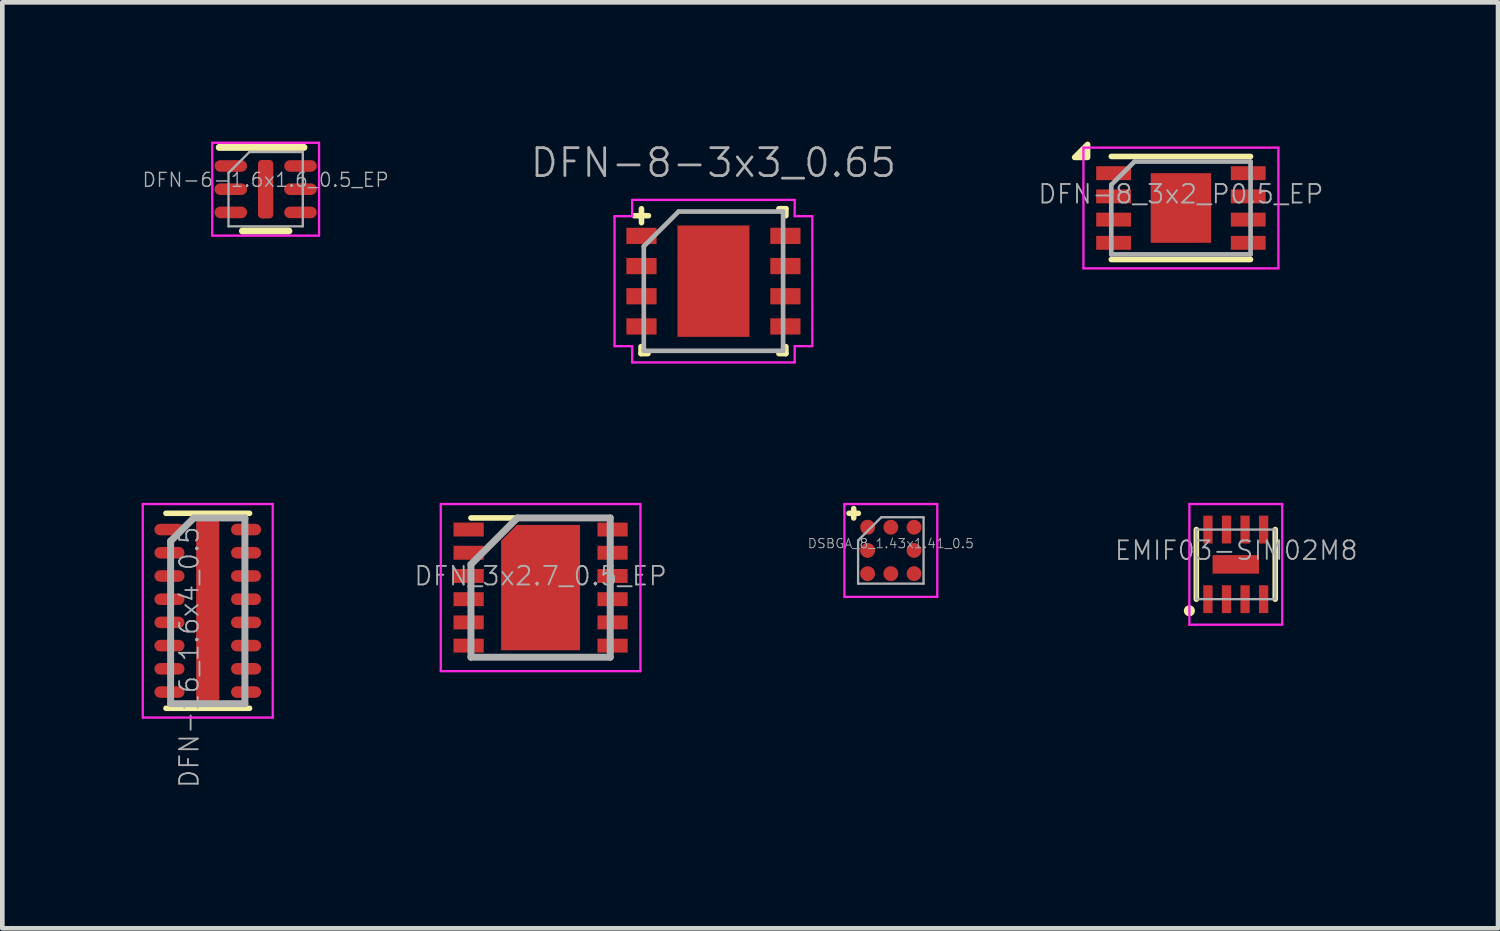
<source format=kicad_pcb>
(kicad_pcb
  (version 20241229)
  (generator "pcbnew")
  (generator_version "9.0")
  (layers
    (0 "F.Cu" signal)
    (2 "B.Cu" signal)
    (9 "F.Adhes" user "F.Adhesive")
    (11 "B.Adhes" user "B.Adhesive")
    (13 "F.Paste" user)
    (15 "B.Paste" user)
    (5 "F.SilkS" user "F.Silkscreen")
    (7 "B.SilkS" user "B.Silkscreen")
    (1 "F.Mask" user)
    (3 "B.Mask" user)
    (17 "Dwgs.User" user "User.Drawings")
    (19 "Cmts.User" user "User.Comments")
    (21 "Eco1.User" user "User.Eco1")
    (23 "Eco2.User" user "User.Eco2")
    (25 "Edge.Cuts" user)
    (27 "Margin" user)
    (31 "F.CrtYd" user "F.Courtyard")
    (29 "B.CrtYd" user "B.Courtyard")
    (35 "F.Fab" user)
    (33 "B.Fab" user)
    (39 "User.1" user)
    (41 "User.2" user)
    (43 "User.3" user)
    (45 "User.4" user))
  (footprint "DSBGA_8_1.43x1.41_0.5"
    (layer "F.Cu")
    (at 16.138 8.806)
    (property "Reference" "DSBGA_8_1.43x1.41_0.5" (at 0 -0.15 0) (unlocked yes) (layer "F.Fab") (effects (font (size 0.2 0.2) (thickness 0.02))))
    (attr smd)
    (fp_line (start -0.8 -0.9) (end -0.8 -0.7) (stroke (width 0.12) (type solid)) (layer "F.SilkS"))
    (fp_line (start -0.7 -0.8) (end -0.9 -0.8) (stroke (width 0.12) (type solid)) (layer "F.SilkS"))
    (fp_line (start -1 -1) (end -1 1) (stroke (width 0.05) (type solid)) (layer "F.CrtYd"))
    (fp_line (start -1 1) (end 1 1) (stroke (width 0.05) (type solid)) (layer "F.CrtYd"))
    (fp_line (start 1 -1) (end -1 -1) (stroke (width 0.05) (type solid)) (layer "F.CrtYd"))
    (fp_line (start 1 1) (end 1 -1) (stroke (width 0.05) (type solid)) (layer "F.CrtYd"))
    (fp_line (start -0.705 -0.215) (end -0.705 0.715) (stroke (width 0.05) (type solid)) (layer "F.Fab"))
    (fp_line (start -0.705 -0.215) (end -0.205 -0.715) (stroke (width 0.05) (type solid)) (layer "F.Fab"))
    (fp_line (start -0.705 0.715) (end 0.705 0.715) (stroke (width 0.05) (type solid)) (layer "F.Fab"))
    (fp_line (start 0.705 -0.715) (end -0.205 -0.715) (stroke (width 0.05) (type solid)) (layer "F.Fab"))
    (fp_line (start 0.705 0.715) (end 0.705 -0.715) (stroke (width 0.05) (type solid)) (layer "F.Fab"))
    (pad "" smd rect (at -0.5 -0.5) (size 0.3 0.3) (layers "F.Paste"))
    (pad "" smd rect (at -0.5 0) (size 0.3 0.3) (layers "F.Paste"))
    (pad "" smd rect (at -0.5 0.5) (size 0.3 0.3) (layers "F.Paste"))
    (pad "" smd rect (at 0 -0.5) (size 0.3 0.3) (layers "F.Paste"))
    (pad "" smd rect (at 0 0.5) (size 0.3 0.3) (layers "F.Paste"))
    (pad "" smd rect (at 0.5 -0.5) (size 0.3 0.3) (layers "F.Paste"))
    (pad "" smd rect (at 0.5 0) (size 0.3 0.3) (layers "F.Paste"))
    (pad "" smd rect (at 0.5 0.5) (size 0.3 0.3) (layers "F.Paste"))
    (pad "A1" smd circle (at -0.5 -0.5) (size 0.32 0.32) (layers "F.Cu" "F.Mask"))
    (pad "A2" smd circle (at 0 -0.5) (size 0.32 0.32) (layers "F.Cu" "F.Mask"))
    (pad "A3" smd circle (at 0.5 -0.5) (size 0.32 0.32) (layers "F.Cu" "F.Mask"))
    (pad "B1" smd circle (at -0.5 0) (size 0.32 0.32) (layers "F.Cu" "F.Mask"))
    (pad "B3" smd circle (at 0.5 0) (size 0.32 0.32) (layers "F.Cu" "F.Mask" "F.Paste"))
    (pad "C1" smd circle (at -0.5 0.5) (size 0.32 0.32) (layers "F.Cu" "F.Mask"))
    (pad "C2" smd circle (at 0 0.5) (size 0.32 0.32) (layers "F.Cu" "F.Mask"))
    (pad "C3" smd circle (at 0.5 0.5) (size 0.32 0.32) (layers "F.Cu" "F.Mask")))
  (footprint "DFN-8_3x2_P0.5_EP"
    (layer "F.Cu")
    (at 22.386 1.43)
    (property "Reference" "DFN-8_3x2_P0.5_EP" (at 0 -0.3 0) (layer "F.Fab") (effects (font (size 0.4 0.4) (thickness 0.04))))
    (attr smd)
    (fp_line (start -1.5 -1.11) (end 1.5 -1.11) (stroke (width 0.12) (type solid)) (layer "F.SilkS"))
    (fp_line (start -1.5 1.11) (end 1.5 1.11) (stroke (width 0.12) (type solid)) (layer "F.SilkS"))
    (fp_poly (pts (xy -2.01 -1.09) (xy -2.29 -1.09) (xy -2.01 -1.37) (xy -2.01 -1.09)) (stroke (width 0.12) (type solid)) (fill yes) (layer "F.SilkS"))
    (fp_line (start -2.1 -1.3) (end -2.1 1.3) (stroke (width 0.05) (type solid)) (layer "F.CrtYd"))
    (fp_line (start -2.1 -1.3) (end 2.1 -1.3) (stroke (width 0.05) (type solid)) (layer "F.CrtYd"))
    (fp_line (start -2.1 1.3) (end 2.1 1.3) (stroke (width 0.05) (type solid)) (layer "F.CrtYd"))
    (fp_line (start 2.1 -1.3) (end 2.1 1.3) (stroke (width 0.05) (type solid)) (layer "F.CrtYd"))
    (fp_line (start -1.5 -0.5) (end -1 -1) (stroke (width 0.1) (type solid)) (layer "F.Fab"))
    (fp_line (start -1.5 1) (end -1.5 -0.5) (stroke (width 0.1) (type solid)) (layer "F.Fab"))
    (fp_line (start -1 -1) (end 1.5 -1) (stroke (width 0.1) (type solid)) (layer "F.Fab"))
    (fp_line (start 1.5 -1) (end 1.5 1) (stroke (width 0.1) (type solid)) (layer "F.Fab"))
    (fp_line (start 1.5 1) (end -1.5 1) (stroke (width 0.1) (type solid)) (layer "F.Fab"))
    (pad "" smd rect (at -0.325 -0.375) (size 0.5 0.6) (layers "F.Paste"))
    (pad "" smd rect (at -0.325 0.375) (size 0.5 0.6) (layers "F.Paste"))
    (pad "" smd rect (at 0.325 -0.375) (size 0.5 0.6) (layers "F.Paste"))
    (pad "" smd rect (at 0.325 0.375) (size 0.5 0.6) (layers "F.Paste"))
    (pad "1" smd rect (at -1.45 -0.75) (size 0.75 0.3) (layers "F.Cu" "F.Mask" "F.Paste"))
    (pad "2" smd rect (at -1.45 -0.25) (size 0.75 0.3) (layers "F.Cu" "F.Mask" "F.Paste"))
    (pad "3" smd rect (at -1.45 0.25) (size 0.75 0.3) (layers "F.Cu" "F.Mask" "F.Paste"))
    (pad "4" smd rect (at -1.45 0.75) (size 0.75 0.3) (layers "F.Cu" "F.Mask" "F.Paste"))
    (pad "5" smd rect (at 1.45 0.75) (size 0.75 0.3) (layers "F.Cu" "F.Mask" "F.Paste"))
    (pad "6" smd rect (at 1.45 0.25) (size 0.75 0.3) (layers "F.Cu" "F.Mask" "F.Paste"))
    (pad "7" smd rect (at 1.45 -0.25) (size 0.75 0.3) (layers "F.Cu" "F.Mask" "F.Paste"))
    (pad "8" smd rect (at 1.45 -0.75) (size 0.75 0.3) (layers "F.Cu" "F.Mask" "F.Paste"))
    (pad "9" smd rect (at 0 0) (size 1.3 1.5) (layers "F.Cu" "F.Mask")))
  (footprint "EMIF03-SIM02M8"
    (layer "F.Cu")
    (at 23.568 9.106)
    (property "Reference" "EMIF03-SIM02M8" (at 0.01 -0.3 0) (unlocked yes) (layer "F.Fab") (effects (font (size 0.4 0.4) (thickness 0.04))))
    (attr smd)
    (fp_line (start -0.85 0.75) (end -0.85 -0.75) (stroke (width 0.12) (type default)) (layer "F.SilkS"))
    (fp_line (start 0.85 -0.75) (end 0.85 0.75) (stroke (width 0.12) (type default)) (layer "F.SilkS"))
    (fp_circle (center -1 1) (end -0.98 1) (stroke (width 0.1) (type default)) (fill no) (layer "F.SilkS"))
    (fp_line (start -1 -1.3) (end 1 -1.3) (stroke (width 0.05) (type default)) (layer "F.CrtYd"))
    (fp_line (start -1 1.3) (end -1 -1.3) (stroke (width 0.05) (type default)) (layer "F.CrtYd"))
    (fp_line (start 1 -1.3) (end 1 1.3) (stroke (width 0.05) (type default)) (layer "F.CrtYd"))
    (fp_line (start 1 1.3) (end -1 1.3) (stroke (width 0.05) (type default)) (layer "F.CrtYd"))
    (fp_line (start -0.85 -0.75) (end 0.85 -0.75) (stroke (width 0.05) (type default)) (layer "F.Fab"))
    (fp_line (start -0.85 0.75) (end -0.85 -0.75) (stroke (width 0.05) (type default)) (layer "F.Fab"))
    (fp_line (start 0.85 -0.75) (end 0.85 0.75) (stroke (width 0.05) (type default)) (layer "F.Fab"))
    (fp_line (start 0.85 0.75) (end -0.85 0.75) (stroke (width 0.05) (type default)) (layer "F.Fab"))
    (pad "1" smd rect (at -0.6 0.75 90) (size 0.6 0.2) (layers "F.Cu" "F.Mask" "F.Paste"))
    (pad "2" smd rect (at -0.2 0.75 90) (size 0.6 0.2) (layers "F.Cu" "F.Mask" "F.Paste"))
    (pad "3" smd rect (at 0.2 0.75 90) (size 0.6 0.2) (layers "F.Cu" "F.Mask" "F.Paste"))
    (pad "4" smd rect (at 0.6 0.75 90) (size 0.6 0.2) (layers "F.Cu" "F.Mask" "F.Paste"))
    (pad "5" smd rect (at 0.6 -0.75 90) (size 0.6 0.2) (layers "F.Cu" "F.Mask" "F.Paste"))
    (pad "6" smd rect (at 0.2 -0.75 90) (size 0.6 0.2) (layers "F.Cu" "F.Mask" "F.Paste"))
    (pad "7" smd rect (at -0.2 -0.75 90) (size 0.6 0.2) (layers "F.Cu" "F.Mask" "F.Paste"))
    (pad "8" smd rect (at -0.6 -0.75 90) (size 0.6 0.2) (layers "F.Cu" "F.Mask" "F.Paste"))
    (pad "9" smd rect (at 0 0 180) (size 1 0.4) (layers "F.Cu" "F.Mask" "F.Paste")))
  (footprint "DFN_3x2.7_0.5_EP"
    (layer "F.Cu")
    (at 8.594 9.606)
    (property "Reference" "DFN_3x2.7_0.5_EP" (at 0 -0.25 0) (layer "F.Fab") (effects (font (size 0.4 0.4) (thickness 0.04))))
    (attr smd)
    (fp_line (start -1.5 -1.5) (end 0 -1.5) (stroke (width 0.12) (type default)) (layer "F.SilkS"))
    (fp_line (start -1.5 1.5) (end 0 1.5) (stroke (width 0.12) (type default)) (layer "F.SilkS"))
    (fp_line (start 1.5 -1.5) (end 0 -1.5) (stroke (width 0.12) (type default)) (layer "F.SilkS"))
    (fp_line (start 1.5 1.5) (end 0 1.5) (stroke (width 0.12) (type default)) (layer "F.SilkS"))
    (fp_line (start -2.15 -1.8) (end -2.15 1.8) (stroke (width 0.05) (type solid)) (layer "F.CrtYd"))
    (fp_line (start -2.15 -1.8) (end 2.15 -1.8) (stroke (width 0.05) (type solid)) (layer "F.CrtYd"))
    (fp_line (start -2.15 1.8) (end 2.15 1.8) (stroke (width 0.05) (type solid)) (layer "F.CrtYd"))
    (fp_line (start 2.15 -1.8) (end 2.15 1.8) (stroke (width 0.05) (type solid)) (layer "F.CrtYd"))
    (fp_line (start -1.5 -0.5) (end -0.5 -1.5) (stroke (width 0.15) (type solid)) (layer "F.Fab"))
    (fp_line (start -1.5 1.5) (end -1.5 -0.5) (stroke (width 0.15) (type solid)) (layer "F.Fab"))
    (fp_line (start -0.5 -1.5) (end 1.5 -1.5) (stroke (width 0.15) (type solid)) (layer "F.Fab"))
    (fp_line (start 1.5 -1.5) (end 1.5 1.5) (stroke (width 0.15) (type solid)) (layer "F.Fab"))
    (fp_line (start 1.5 1.5) (end -1.5 1.5) (stroke (width 0.15) (type solid)) (layer "F.Fab"))
    (pad "" smd roundrect (at -0.4 -0.6) (size 0.6 1) (layers "F.Paste") (roundrect_rratio 0.25) (chamfer_ratio 0.4) (chamfer top_left))
    (pad "" smd roundrect (at -0.4 0.6) (size 0.6 1) (layers "F.Paste") (roundrect_rratio 0.25))
    (pad "" smd roundrect (at 0.4 -0.6) (size 0.6 1) (layers "F.Paste") (roundrect_rratio 0.25))
    (pad "" smd roundrect (at 0.4 0.6) (size 0.6 1) (layers "F.Paste") (roundrect_rratio 0.25))
    (pad "1" smd rect (at -1.55 -1.25) (size 0.65 0.3) (layers "F.Cu" "F.Mask" "F.Paste"))
    (pad "2" smd rect (at -1.55 -0.75) (size 0.65 0.3) (layers "F.Cu" "F.Mask" "F.Paste"))
    (pad "3" smd rect (at -1.55 -0.25) (size 0.65 0.3) (layers "F.Cu" "F.Mask" "F.Paste"))
    (pad "4" smd rect (at -1.55 0.25) (size 0.65 0.3) (layers "F.Cu" "F.Mask" "F.Paste"))
    (pad "5" smd rect (at -1.55 0.75) (size 0.65 0.3) (layers "F.Cu" "F.Mask" "F.Paste"))
    (pad "6" smd rect (at -1.55 1.25) (size 0.65 0.3) (layers "F.Cu" "F.Mask" "F.Paste"))
    (pad "7" smd rect (at 1.55 1.25) (size 0.65 0.3) (layers "F.Cu" "F.Mask" "F.Paste"))
    (pad "8" smd rect (at 1.55 0.75) (size 0.65 0.3) (layers "F.Cu" "F.Mask" "F.Paste"))
    (pad "9" smd rect (at 1.55 0.25) (size 0.65 0.3) (layers "F.Cu" "F.Mask" "F.Paste"))
    (pad "10" smd roundrect (at 0 0) (size 1.7 2.7) (layers "F.Cu" "F.Mask") (roundrect_rratio 0) (chamfer_ratio 0.2) (chamfer top_left))
    (pad "10" smd rect (at 1.55 -0.25) (size 0.65 0.3) (layers "F.Cu" "F.Mask" "F.Paste"))
    (pad "11" smd rect (at 1.55 -0.75) (size 0.65 0.3) (layers "F.Cu" "F.Mask" "F.Paste"))
    (pad "12" smd rect (at 1.55 -1.25) (size 0.65 0.3) (layers "F.Cu" "F.Mask" "F.Paste")))
  (footprint "DFN-6-1.6x1.6_0.5_EP"
    (layer "F.Cu")
    (at 2.672 1.025)
    (property "Reference" "DFN-6-1.6x1.6_0.5_EP" (at 0 -0.2 0) (layer "F.Fab") (effects (font (size 0.3 0.3) (thickness 0.03))))
    (attr smd)
    (fp_line (start -1 -0.9) (end 0.825 -0.9) (stroke (width 0.15) (type solid)) (layer "F.SilkS"))
    (fp_line (start -0.5 0.9) (end 0.5 0.9) (stroke (width 0.15) (type solid)) (layer "F.SilkS"))
    (fp_line (start -1.15 -1) (end -1.15 1) (stroke (width 0.05) (type solid)) (layer "F.CrtYd"))
    (fp_line (start -1.15 -1) (end 1.15 -1) (stroke (width 0.05) (type solid)) (layer "F.CrtYd"))
    (fp_line (start -1.15 1) (end 1.15 1) (stroke (width 0.05) (type solid)) (layer "F.CrtYd"))
    (fp_line (start 1.15 -1) (end 1.15 1) (stroke (width 0.05) (type solid)) (layer "F.CrtYd"))
    (fp_line (start -0.8 -0.35) (end -0.35 -0.8) (stroke (width 0.05) (type solid)) (layer "F.Fab"))
    (fp_line (start -0.8 0.8) (end -0.8 -0.35) (stroke (width 0.05) (type solid)) (layer "F.Fab"))
    (fp_line (start -0.35 -0.8) (end 0.8 -0.8) (stroke (width 0.05) (type solid)) (layer "F.Fab"))
    (fp_line (start 0.8 -0.8) (end 0.8 0.8) (stroke (width 0.05) (type solid)) (layer "F.Fab"))
    (fp_line (start 0.8 0.8) (end -0.8 0.8) (stroke (width 0.05) (type solid)) (layer "F.Fab"))
    (pad "1" smd oval (at -0.75 -0.5) (size 0.7 0.25) (layers "F.Cu" "F.Mask" "F.Paste"))
    (pad "2" smd oval (at -0.75 0) (size 0.7 0.25) (layers "F.Cu" "F.Mask" "F.Paste"))
    (pad "3" smd oval (at -0.75 0.5) (size 0.7 0.25) (layers "F.Cu" "F.Mask" "F.Paste"))
    (pad "4" smd oval (at 0.75 0.5) (size 0.7 0.25) (layers "F.Cu" "F.Mask" "F.Paste"))
    (pad "5" smd oval (at 0.75 0) (size 0.7 0.25) (layers "F.Cu" "F.Mask" "F.Paste"))
    (pad "6" smd oval (at 0.75 -0.5) (size 0.7 0.25) (layers "F.Cu" "F.Mask" "F.Paste"))
    (pad "7" smd roundrect (at 0 0) (size 0.33 1.26) (layers "F.Cu" "F.Mask" "F.Paste") (roundrect_rratio 0.25)))
  (footprint "DFN-16_1.6x4_0.5"
    (layer "F.Cu")
    (at 1.425 10.106)
    (property "Reference" "DFN-16_1.6x4_0.5" (at -0.4 1 90) (layer "F.Fab") (effects (font (size 0.4 0.4) (thickness 0.04))))
    (attr smd)
    (fp_line (start -0.9 -2.1) (end 0.9 -2.1) (stroke (width 0.12) (type default)) (layer "F.SilkS"))
    (fp_line (start 0.9 2.1) (end -0.9 2.1) (stroke (width 0.12) (type default)) (layer "F.SilkS"))
    (fp_line (start -1.4 -2.3) (end -1.4 2.3) (stroke (width 0.05) (type solid)) (layer "F.CrtYd"))
    (fp_line (start -1.4 -2.3) (end 1.4 -2.3) (stroke (width 0.05) (type solid)) (layer "F.CrtYd"))
    (fp_line (start -1.4 2.3) (end 1.4 2.3) (stroke (width 0.05) (type solid)) (layer "F.CrtYd"))
    (fp_line (start 1.4 -2.3) (end 1.4 2.3) (stroke (width 0.05) (type solid)) (layer "F.CrtYd"))
    (fp_line (start -0.8 -1.5) (end -0.3 -2) (stroke (width 0.15) (type solid)) (layer "F.Fab"))
    (fp_line (start -0.8 2) (end -0.8 -1.5) (stroke (width 0.15) (type solid)) (layer "F.Fab"))
    (fp_line (start -0.3 -2) (end 0.8 -2) (stroke (width 0.15) (type solid)) (layer "F.Fab"))
    (fp_line (start 0.8 -2) (end 0.8 2) (stroke (width 0.15) (type solid)) (layer "F.Fab"))
    (fp_line (start 0.8 2) (end -0.8 2) (stroke (width 0.15) (type solid)) (layer "F.Fab"))
    (pad "1" smd roundrect (at -0.825 -1.75) (size 0.65 0.25) (layers "F.Cu" "F.Mask" "F.Paste") (roundrect_rratio 0.5))
    (pad "2" smd roundrect (at -0.825 -1.25) (size 0.65 0.25) (layers "F.Cu" "F.Mask" "F.Paste") (roundrect_rratio 0.5))
    (pad "3" smd roundrect (at -0.825 -0.75) (size 0.65 0.25) (layers "F.Cu" "F.Mask" "F.Paste") (roundrect_rratio 0.5))
    (pad "4" smd roundrect (at -0.825 -0.25) (size 0.65 0.25) (layers "F.Cu" "F.Mask" "F.Paste") (roundrect_rratio 0.5))
    (pad "5" smd roundrect (at -0.825 0.25) (size 0.65 0.25) (layers "F.Cu" "F.Mask" "F.Paste") (roundrect_rratio 0.5))
    (pad "6" smd roundrect (at -0.825 0.75) (size 0.65 0.25) (layers "F.Cu" "F.Mask" "F.Paste") (roundrect_rratio 0.5))
    (pad "7" smd roundrect (at -0.825 1.25) (size 0.65 0.25) (layers "F.Cu" "F.Mask" "F.Paste") (roundrect_rratio 0.5))
    (pad "8" smd roundrect (at -0.825 1.75) (size 0.65 0.25) (layers "F.Cu" "F.Mask" "F.Paste") (roundrect_rratio 0.5))
    (pad "9" smd roundrect (at 0.825 1.75) (size 0.65 0.25) (layers "F.Cu" "F.Mask" "F.Paste") (roundrect_rratio 0.5))
    (pad "10" smd roundrect (at 0.825 1.25) (size 0.65 0.25) (layers "F.Cu" "F.Mask" "F.Paste") (roundrect_rratio 0.5))
    (pad "11" smd roundrect (at 0.825 0.75) (size 0.65 0.25) (layers "F.Cu" "F.Mask" "F.Paste") (roundrect_rratio 0.5))
    (pad "12" smd roundrect (at 0.825 0.25) (size 0.65 0.25) (layers "F.Cu" "F.Mask" "F.Paste") (roundrect_rratio 0.5))
    (pad "13" smd roundrect (at 0.825 -0.25) (size 0.65 0.25) (layers "F.Cu" "F.Mask" "F.Paste") (roundrect_rratio 0.5))
    (pad "14" smd roundrect (at 0.825 -0.75) (size 0.65 0.25) (layers "F.Cu" "F.Mask" "F.Paste") (roundrect_rratio 0.5))
    (pad "15" smd roundrect (at 0.825 -1.25) (size 0.65 0.25) (layers "F.Cu" "F.Mask" "F.Paste") (roundrect_rratio 0.5))
    (pad "16" smd roundrect (at 0.825 -1.75) (size 0.65 0.25) (layers "F.Cu" "F.Mask" "F.Paste") (roundrect_rratio 0.5))
    (pad "17" smd roundrect (at 0 0) (size 0.5 4) (layers "F.Cu" "F.Mask" "F.Paste") (roundrect_rratio 0.25)))
  (footprint "DFN-8-3x3_0.65"
    (layer "F.Cu")
    (at 12.317 3.006)
    (property "Reference" "DFN-8-3x3_0.65" (at 0 -2.55 0) (layer "F.Fab") (effects (font (size 0.6 0.6) (thickness 0.06))))
    (attr smd)
    (fp_line (start -1.56 1.56) (end -1.56 1.41) (stroke (width 0.12) (type solid)) (layer "F.SilkS"))
    (fp_line (start -1.56 1.56) (end -1.41 1.56) (stroke (width 0.12) (type solid)) (layer "F.SilkS"))
    (fp_line (start -1.55 -1.41) (end -1.7 -1.41) (stroke (width 0.12) (type solid)) (layer "F.SilkS"))
    (fp_line (start -1.55 -1.41) (end -1.55 -1.56) (stroke (width 0.12) (type solid)) (layer "F.SilkS"))
    (fp_line (start -1.55 -1.41) (end -1.55 -1.26) (stroke (width 0.12) (type solid)) (layer "F.SilkS"))
    (fp_line (start -1.55 -1.41) (end -1.4 -1.41) (stroke (width 0.12) (type solid)) (layer "F.SilkS"))
    (fp_line (start 1.56 -1.56) (end 1.41 -1.56) (stroke (width 0.12) (type solid)) (layer "F.SilkS"))
    (fp_line (start 1.56 -1.56) (end 1.56 -1.41) (stroke (width 0.12) (type solid)) (layer "F.SilkS"))
    (fp_line (start 1.56 1.56) (end 1.41 1.56) (stroke (width 0.12) (type solid)) (layer "F.SilkS"))
    (fp_line (start 1.56 1.56) (end 1.56 1.41) (stroke (width 0.12) (type solid)) (layer "F.SilkS"))
    (fp_line (start -2.13 -1.4) (end -2.13 1.4) (stroke (width 0.05) (type solid)) (layer "F.CrtYd"))
    (fp_line (start -1.75 -1.75) (end -1.75 -1.4) (stroke (width 0.05) (type solid)) (layer "F.CrtYd"))
    (fp_line (start -1.75 -1.75) (end 1.75 -1.75) (stroke (width 0.05) (type solid)) (layer "F.CrtYd"))
    (fp_line (start -1.75 -1.4) (end -2.13 -1.4) (stroke (width 0.05) (type solid)) (layer "F.CrtYd"))
    (fp_line (start -1.75 1.4) (end -2.13 1.4) (stroke (width 0.05) (type solid)) (layer "F.CrtYd"))
    (fp_line (start -1.75 1.75) (end -1.75 1.4) (stroke (width 0.05) (type solid)) (layer "F.CrtYd"))
    (fp_line (start -1.75 1.75) (end 1.75 1.75) (stroke (width 0.05) (type solid)) (layer "F.CrtYd"))
    (fp_line (start 1.75 -1.75) (end 1.75 -1.4) (stroke (width 0.05) (type solid)) (layer "F.CrtYd"))
    (fp_line (start 1.75 -1.4) (end 2.13 -1.4) (stroke (width 0.05) (type solid)) (layer "F.CrtYd"))
    (fp_line (start 1.75 1.4) (end 2.13 1.4) (stroke (width 0.05) (type solid)) (layer "F.CrtYd"))
    (fp_line (start 1.75 1.75) (end 1.75 1.4) (stroke (width 0.05) (type solid)) (layer "F.CrtYd"))
    (fp_line (start 2.13 -1.4) (end 2.13 1.4) (stroke (width 0.05) (type solid)) (layer "F.CrtYd"))
    (fp_line (start -1.5 -0.75) (end -0.75 -1.5) (stroke (width 0.1) (type solid)) (layer "F.Fab"))
    (fp_line (start -1.5 1.5) (end -1.5 -0.75) (stroke (width 0.1) (type solid)) (layer "F.Fab"))
    (fp_line (start -0.75 -1.5) (end 1.5 -1.5) (stroke (width 0.1) (type solid)) (layer "F.Fab"))
    (fp_line (start 1.5 -1.5) (end 1.5 1.5) (stroke (width 0.1) (type solid)) (layer "F.Fab"))
    (fp_line (start 1.5 1.5) (end -1.5 1.5) (stroke (width 0.1) (type solid)) (layer "F.Fab"))
    (pad "" smd rect (at -0.388 -0.6) (size 0.6 1) (layers "F.Paste"))
    (pad "" smd rect (at -0.388 0.6) (size 0.6 1) (layers "F.Paste"))
    (pad "" smd rect (at 0.388 -0.6) (size 0.6 1) (layers "F.Paste"))
    (pad "" smd rect (at 0.388 0.6) (size 0.6 1) (layers "F.Paste"))
    (pad "1" smd rect (at -1.55 -0.975) (size 0.65 0.35) (layers "F.Cu" "F.Mask" "F.Paste"))
    (pad "2" smd rect (at -1.55 -0.325) (size 0.65 0.35) (layers "F.Cu" "F.Mask" "F.Paste"))
    (pad "3" smd rect (at -1.55 0.325) (size 0.65 0.35) (layers "F.Cu" "F.Mask" "F.Paste"))
    (pad "4" smd rect (at -1.55 0.975) (size 0.65 0.35) (layers "F.Cu" "F.Mask" "F.Paste"))
    (pad "5" smd rect (at 1.55 0.975) (size 0.65 0.35) (layers "F.Cu" "F.Mask" "F.Paste"))
    (pad "6" smd rect (at 1.55 0.325) (size 0.65 0.35) (layers "F.Cu" "F.Mask" "F.Paste"))
    (pad "7" smd rect (at 1.55 -0.325) (size 0.65 0.35) (layers "F.Cu" "F.Mask" "F.Paste"))
    (pad "8" smd rect (at 1.55 -0.975) (size 0.65 0.35) (layers "F.Cu" "F.Mask" "F.Paste"))
    (pad "9" smd rect (at 0 0) (size 1.55 2.4) (layers "F.Cu" "F.Mask")))
  (gr_rect
    (start -3 -3)
    (end 29.217 16.945)
    (stroke (width 0.1) (type default))
    (fill no)
    (layer "Edge.Cuts")))
</source>
